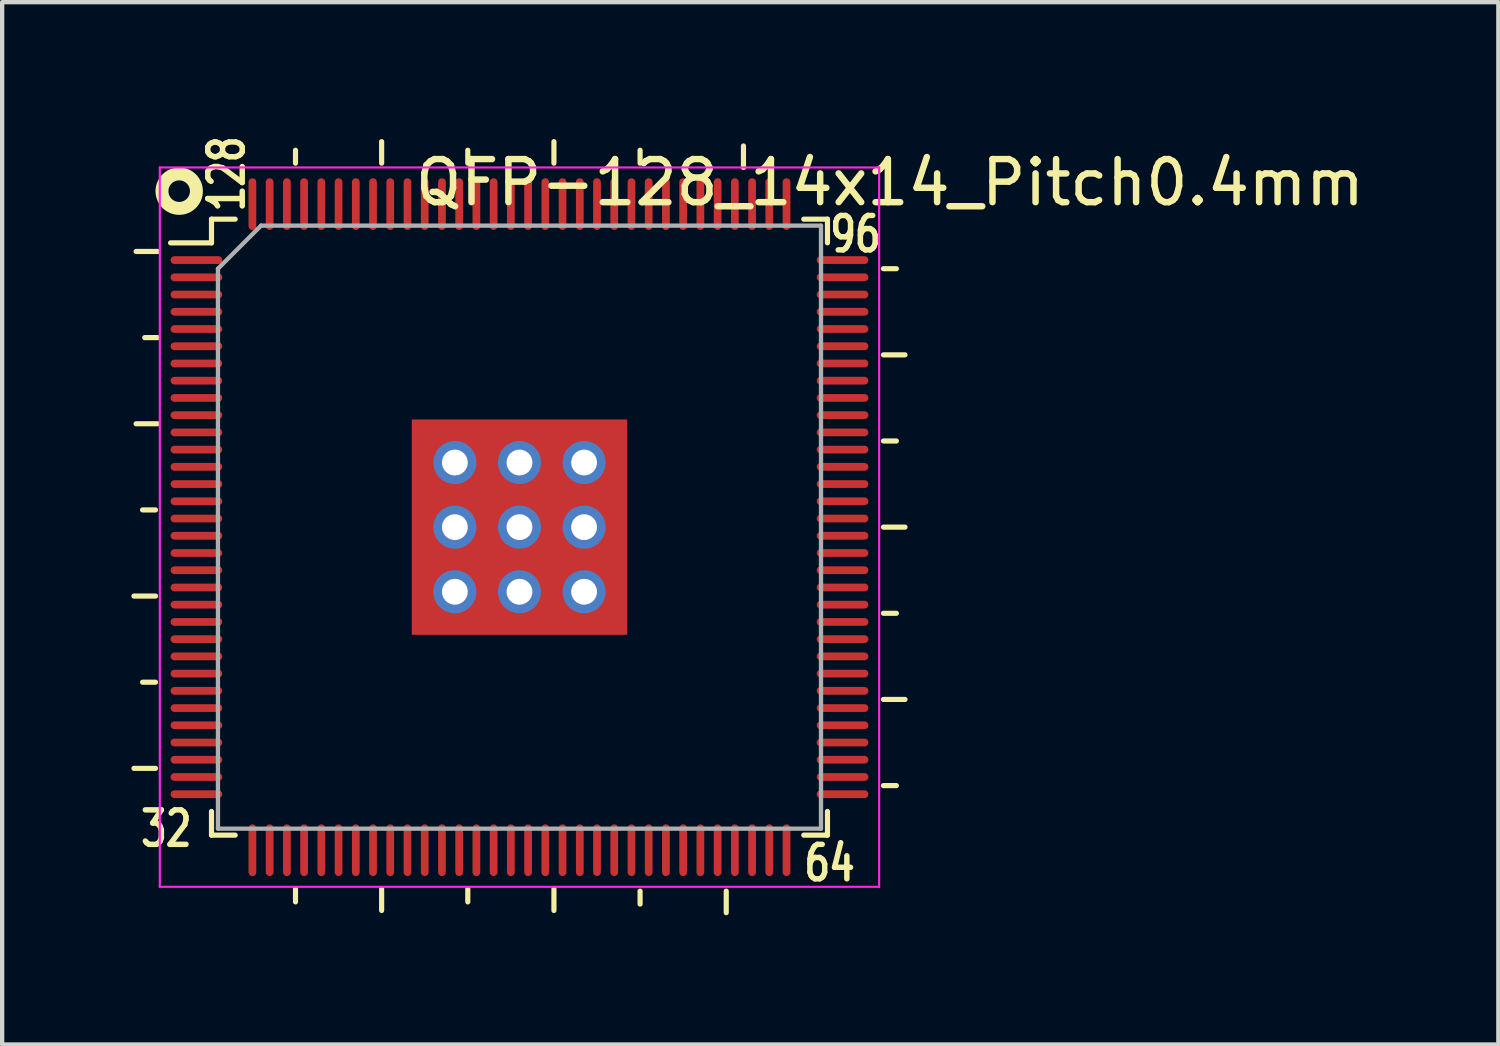
<source format=kicad_pcb>
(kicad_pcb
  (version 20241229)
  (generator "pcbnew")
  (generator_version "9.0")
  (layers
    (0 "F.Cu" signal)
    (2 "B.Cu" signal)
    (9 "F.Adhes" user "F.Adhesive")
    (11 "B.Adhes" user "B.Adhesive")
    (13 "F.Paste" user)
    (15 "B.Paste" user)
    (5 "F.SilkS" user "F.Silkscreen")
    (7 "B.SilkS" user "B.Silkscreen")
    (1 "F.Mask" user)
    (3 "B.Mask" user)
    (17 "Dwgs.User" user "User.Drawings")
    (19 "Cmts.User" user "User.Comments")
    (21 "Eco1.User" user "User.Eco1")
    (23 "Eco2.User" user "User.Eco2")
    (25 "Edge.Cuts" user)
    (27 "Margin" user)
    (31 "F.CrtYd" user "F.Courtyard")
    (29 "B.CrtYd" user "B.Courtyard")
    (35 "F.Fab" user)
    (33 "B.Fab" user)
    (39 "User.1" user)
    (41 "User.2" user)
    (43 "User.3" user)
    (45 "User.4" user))
  (footprint "QFP-128_14x14_Pitch0.4mm"
    (layer "F.Cu")
    (at 9.01 9.188)
    (property "Reference" "QFP-128_14x14_Pitch0.4mm" (at 8.6 -8 0) (layer "F.SilkS") (effects (font (size 1 1) (thickness 0.15))))
    (attr smd)
    (fp_line (start -8.45 -0.4) (end -8.75 -0.4) (stroke (width 0.12) (type solid)) (layer "F.SilkS"))
    (fp_line (start -8.45 1.6) (end -8.95 1.6) (stroke (width 0.12) (type solid)) (layer "F.SilkS"))
    (fp_line (start -8.45 3.6) (end -8.75 3.6) (stroke (width 0.12) (type solid)) (layer "F.SilkS"))
    (fp_line (start -8.45 5.6) (end -8.95 5.6) (stroke (width 0.12) (type solid)) (layer "F.SilkS"))
    (fp_line (start -8.4 -6.4) (end -8.9 -6.4) (stroke (width 0.12) (type solid)) (layer "F.SilkS"))
    (fp_line (start -8.4 -4.4) (end -8.7 -4.4) (stroke (width 0.12) (type solid)) (layer "F.SilkS"))
    (fp_line (start -8.4 -2.4) (end -8.9 -2.4) (stroke (width 0.12) (type solid)) (layer "F.SilkS"))
    (fp_line (start -7.15 -7.15) (end -7.15 -6.6) (stroke (width 0.12) (type solid)) (layer "F.SilkS"))
    (fp_line (start -7.15 -6.6) (end -8.1 -6.6) (stroke (width 0.12) (type solid)) (layer "F.SilkS"))
    (fp_line (start -7.15 7.15) (end -7.15 6.6) (stroke (width 0.12) (type solid)) (layer "F.SilkS"))
    (fp_line (start -6.6 -7.15) (end -7.15 -7.15) (stroke (width 0.12) (type solid)) (layer "F.SilkS"))
    (fp_line (start -6.6 7.15) (end -7.15 7.15) (stroke (width 0.12) (type solid)) (layer "F.SilkS"))
    (fp_line (start -5.2 -8.45) (end -5.2 -8.75) (stroke (width 0.12) (type solid)) (layer "F.SilkS"))
    (fp_line (start -5.2 8.4) (end -5.2 8.7) (stroke (width 0.12) (type solid)) (layer "F.SilkS"))
    (fp_line (start -3.2 -8.45) (end -3.2 -8.95) (stroke (width 0.12) (type solid)) (layer "F.SilkS"))
    (fp_line (start -3.2 8.4) (end -3.2 8.9) (stroke (width 0.12) (type solid)) (layer "F.SilkS"))
    (fp_line (start -1.2 -8.45) (end -1.2 -8.75) (stroke (width 0.12) (type solid)) (layer "F.SilkS"))
    (fp_line (start -1.2 8.4) (end -1.2 8.7) (stroke (width 0.12) (type solid)) (layer "F.SilkS"))
    (fp_line (start 0.8 -8.45) (end 0.8 -8.95) (stroke (width 0.12) (type solid)) (layer "F.SilkS"))
    (fp_line (start 0.8 8.4) (end 0.8 8.9) (stroke (width 0.12) (type solid)) (layer "F.SilkS"))
    (fp_line (start 2.8 -8.45) (end 2.8 -8.75) (stroke (width 0.12) (type solid)) (layer "F.SilkS"))
    (fp_line (start 2.8 8.45) (end 2.8 8.75) (stroke (width 0.12) (type solid)) (layer "F.SilkS"))
    (fp_line (start 4.8 8.45) (end 4.8 8.95) (stroke (width 0.12) (type solid)) (layer "F.SilkS"))
    (fp_line (start 5.2 -8.35) (end 5.2 -8.85) (stroke (width 0.12) (type solid)) (layer "F.SilkS"))
    (fp_line (start 6.6 -7.15) (end 7.15 -7.15) (stroke (width 0.12) (type solid)) (layer "F.SilkS"))
    (fp_line (start 6.6 7.15) (end 7.15 7.15) (stroke (width 0.12) (type solid)) (layer "F.SilkS"))
    (fp_line (start 7.15 -7.15) (end 7.15 -6.6) (stroke (width 0.12) (type solid)) (layer "F.SilkS"))
    (fp_line (start 7.15 7.15) (end 7.15 6.6) (stroke (width 0.12) (type solid)) (layer "F.SilkS"))
    (fp_line (start 8.45 -6) (end 8.75 -6) (stroke (width 0.12) (type solid)) (layer "F.SilkS"))
    (fp_line (start 8.45 -4) (end 8.95 -4) (stroke (width 0.12) (type solid)) (layer "F.SilkS"))
    (fp_line (start 8.45 -2) (end 8.75 -2) (stroke (width 0.12) (type solid)) (layer "F.SilkS"))
    (fp_line (start 8.45 0) (end 8.95 0) (stroke (width 0.12) (type solid)) (layer "F.SilkS"))
    (fp_line (start 8.45 2) (end 8.75 2) (stroke (width 0.12) (type solid)) (layer "F.SilkS"))
    (fp_line (start 8.45 4) (end 8.95 4) (stroke (width 0.12) (type solid)) (layer "F.SilkS"))
    (fp_line (start 8.45 6) (end 8.75 6) (stroke (width 0.12) (type solid)) (layer "F.SilkS"))
    (fp_circle (center -7.9 -7.8) (end -7.5 -7.8) (stroke (width 0.3) (type solid)) (fill no) (layer "F.SilkS"))
    (fp_rect (start -2.175 -2.25) (end -1.425 -1.5) (stroke (width 0.1) (type solid)) (fill yes) (layer "F.Paste"))
    (fp_rect (start -2.175 -1) (end -1.425 -0.25) (stroke (width 0.1) (type solid)) (fill yes) (layer "F.Paste"))
    (fp_rect (start -2.175 0.2) (end -1.425 0.95) (stroke (width 0.1) (type solid)) (fill yes) (layer "F.Paste"))
    (fp_rect (start -2.175 1.4) (end -1.425 2.15) (stroke (width 0.1) (type solid)) (fill yes) (layer "F.Paste"))
    (fp_rect (start -0.975 -2.25) (end -0.225 -1.5) (stroke (width 0.1) (type solid)) (fill yes) (layer "F.Paste"))
    (fp_rect (start -0.975 -1) (end -0.225 -0.25) (stroke (width 0.1) (type solid)) (fill yes) (layer "F.Paste"))
    (fp_rect (start -0.975 0.2) (end -0.225 0.95) (stroke (width 0.1) (type solid)) (fill yes) (layer "F.Paste"))
    (fp_rect (start -0.975 1.4) (end -0.225 2.15) (stroke (width 0.1) (type solid)) (fill yes) (layer "F.Paste"))
    (fp_rect (start 0.2 -2.25) (end 0.95 -1.5) (stroke (width 0.1) (type solid)) (fill yes) (layer "F.Paste"))
    (fp_rect (start 0.2 -1) (end 0.95 -0.25) (stroke (width 0.1) (type solid)) (fill yes) (layer "F.Paste"))
    (fp_rect (start 0.2 0.2) (end 0.95 0.95) (stroke (width 0.1) (type solid)) (fill yes) (layer "F.Paste"))
    (fp_rect (start 0.2 1.4) (end 0.95 2.15) (stroke (width 0.1) (type solid)) (fill yes) (layer "F.Paste"))
    (fp_rect (start 1.4 -2.25) (end 2.15 -1.5) (stroke (width 0.1) (type solid)) (fill yes) (layer "F.Paste"))
    (fp_rect (start 1.4 -1) (end 2.15 -0.25) (stroke (width 0.1) (type solid)) (fill yes) (layer "F.Paste"))
    (fp_rect (start 1.4 0.2) (end 2.15 0.95) (stroke (width 0.1) (type solid)) (fill yes) (layer "F.Paste"))
    (fp_rect (start 1.4 1.4) (end 2.15 2.15) (stroke (width 0.1) (type solid)) (fill yes) (layer "F.Paste"))
    (fp_line (start -8.35 -8.35) (end 8.35 -8.35) (stroke (width 0.05) (type solid)) (layer "F.CrtYd"))
    (fp_line (start -8.35 8.35) (end -8.35 -8.35) (stroke (width 0.05) (type solid)) (layer "F.CrtYd"))
    (fp_line (start 8.35 -8.35) (end 8.35 8.35) (stroke (width 0.05) (type solid)) (layer "F.CrtYd"))
    (fp_line (start 8.35 8.35) (end -8.35 8.35) (stroke (width 0.05) (type solid)) (layer "F.CrtYd"))
    (fp_line (start -7 -6) (end -7 7) (stroke (width 0.1) (type solid)) (layer "F.Fab"))
    (fp_line (start -7 7) (end 7 7) (stroke (width 0.1) (type solid)) (layer "F.Fab"))
    (fp_line (start -6 -7) (end -7 -6) (stroke (width 0.1) (type solid)) (layer "F.Fab"))
    (fp_line (start 7 -7) (end -6 -7) (stroke (width 0.1) (type solid)) (layer "F.Fab"))
    (fp_line (start 7 7) (end 7 -7) (stroke (width 0.1) (type solid)) (layer "F.Fab"))
    (fp_text user "64" (at 7.2 7.8 0) (unlocked yes) (layer "F.SilkS") (effects (font (size 0.8 0.6) (thickness 0.127))))
    (fp_text user "32" (at -8.2 7 0) (unlocked yes) (layer "F.SilkS") (effects (font (size 0.8 0.6) (thickness 0.127))))
    (fp_text user "128" (at -6.8 -8.2 90) (unlocked yes) (layer "F.SilkS") (effects (font (size 0.8 0.6) (thickness 0.127))))
    (fp_text user "96" (at 7.8 -6.8 0) (unlocked yes) (layer "F.SilkS") (effects (font (size 0.8 0.6) (thickness 0.127))))
    (pad "1" smd oval (at -7.5 -6.2 90) (size 0.18 1.2) (layers "F.Cu" "F.Mask" "F.Paste"))
    (pad "2" smd oval (at -7.5 -5.8 90) (size 0.18 1.2) (layers "F.Cu" "F.Mask" "F.Paste"))
    (pad "3" smd oval (at -7.5 -5.4 90) (size 0.18 1.2) (layers "F.Cu" "F.Mask" "F.Paste"))
    (pad "4" smd oval (at -7.5 -5 90) (size 0.18 1.2) (layers "F.Cu" "F.Mask" "F.Paste"))
    (pad "5" smd oval (at -7.5 -4.6 90) (size 0.18 1.2) (layers "F.Cu" "F.Mask" "F.Paste"))
    (pad "6" smd oval (at -7.5 -4.2 90) (size 0.18 1.2) (layers "F.Cu" "F.Mask" "F.Paste"))
    (pad "7" smd oval (at -7.5 -3.8 90) (size 0.18 1.2) (layers "F.Cu" "F.Mask" "F.Paste"))
    (pad "8" smd oval (at -7.5 -3.4 90) (size 0.18 1.2) (layers "F.Cu" "F.Mask" "F.Paste"))
    (pad "9" smd oval (at -7.5 -3 90) (size 0.18 1.2) (layers "F.Cu" "F.Mask" "F.Paste"))
    (pad "10" smd oval (at -7.5 -2.6 90) (size 0.18 1.2) (layers "F.Cu" "F.Mask" "F.Paste"))
    (pad "11" smd oval (at -7.5 -2.2 90) (size 0.18 1.2) (layers "F.Cu" "F.Mask" "F.Paste"))
    (pad "12" smd oval (at -7.5 -1.8 90) (size 0.18 1.2) (layers "F.Cu" "F.Mask" "F.Paste"))
    (pad "13" smd oval (at -7.5 -1.4 90) (size 0.18 1.2) (layers "F.Cu" "F.Mask" "F.Paste"))
    (pad "14" smd oval (at -7.5 -1 90) (size 0.18 1.2) (layers "F.Cu" "F.Mask" "F.Paste"))
    (pad "15" smd oval (at -7.5 -0.6 90) (size 0.18 1.2) (layers "F.Cu" "F.Mask" "F.Paste"))
    (pad "16" smd oval (at -7.5 -0.2 90) (size 0.18 1.2) (layers "F.Cu" "F.Mask" "F.Paste"))
    (pad "17" smd oval (at -7.5 0.2 90) (size 0.18 1.2) (layers "F.Cu" "F.Mask" "F.Paste"))
    (pad "18" smd oval (at -7.5 0.6 90) (size 0.18 1.2) (layers "F.Cu" "F.Mask" "F.Paste"))
    (pad "19" smd oval (at -7.5 1 90) (size 0.18 1.2) (layers "F.Cu" "F.Mask" "F.Paste"))
    (pad "20" smd oval (at -7.5 1.4 90) (size 0.18 1.2) (layers "F.Cu" "F.Mask" "F.Paste"))
    (pad "21" smd oval (at -7.5 1.8 90) (size 0.18 1.2) (layers "F.Cu" "F.Mask" "F.Paste"))
    (pad "22" smd oval (at -7.5 2.2 90) (size 0.18 1.2) (layers "F.Cu" "F.Mask" "F.Paste"))
    (pad "23" smd oval (at -7.5 2.6 90) (size 0.18 1.2) (layers "F.Cu" "F.Mask" "F.Paste"))
    (pad "24" smd oval (at -7.5 3 90) (size 0.18 1.2) (layers "F.Cu" "F.Mask" "F.Paste"))
    (pad "25" smd oval (at -7.5 3.4 90) (size 0.18 1.2) (layers "F.Cu" "F.Mask" "F.Paste"))
    (pad "26" smd oval (at -7.5 3.8 90) (size 0.18 1.2) (layers "F.Cu" "F.Mask" "F.Paste"))
    (pad "27" smd oval (at -7.5 4.2 90) (size 0.18 1.2) (layers "F.Cu" "F.Mask" "F.Paste"))
    (pad "28" smd oval (at -7.5 4.6 90) (size 0.18 1.2) (layers "F.Cu" "F.Mask" "F.Paste"))
    (pad "29" smd oval (at -7.5 5 90) (size 0.18 1.2) (layers "F.Cu" "F.Mask" "F.Paste"))
    (pad "30" smd oval (at -7.5 5.4 90) (size 0.18 1.2) (layers "F.Cu" "F.Mask" "F.Paste"))
    (pad "31" smd oval (at -7.5 5.8 90) (size 0.18 1.2) (layers "F.Cu" "F.Mask" "F.Paste"))
    (pad "32" smd oval (at -7.5 6.2 90) (size 0.18 1.2) (layers "F.Cu" "F.Mask" "F.Paste"))
    (pad "33" smd oval (at -6.2 7.5) (size 0.18 1.2) (layers "F.Cu" "F.Mask" "F.Paste"))
    (pad "34" smd oval (at -5.8 7.5) (size 0.18 1.2) (layers "F.Cu" "F.Mask" "F.Paste"))
    (pad "35" smd oval (at -5.4 7.5) (size 0.18 1.2) (layers "F.Cu" "F.Mask" "F.Paste"))
    (pad "36" smd oval (at -5 7.5) (size 0.18 1.2) (layers "F.Cu" "F.Mask" "F.Paste"))
    (pad "37" smd oval (at -4.6 7.5) (size 0.18 1.2) (layers "F.Cu" "F.Mask" "F.Paste"))
    (pad "38" smd oval (at -4.2 7.5) (size 0.18 1.2) (layers "F.Cu" "F.Mask" "F.Paste"))
    (pad "39" smd oval (at -3.8 7.5) (size 0.18 1.2) (layers "F.Cu" "F.Mask" "F.Paste"))
    (pad "40" smd oval (at -3.4 7.5) (size 0.18 1.2) (layers "F.Cu" "F.Mask" "F.Paste"))
    (pad "41" smd oval (at -3 7.5) (size 0.18 1.2) (layers "F.Cu" "F.Mask" "F.Paste"))
    (pad "42" smd oval (at -2.6 7.5) (size 0.18 1.2) (layers "F.Cu" "F.Mask" "F.Paste"))
    (pad "43" smd oval (at -2.2 7.5) (size 0.18 1.2) (layers "F.Cu" "F.Mask" "F.Paste"))
    (pad "44" smd oval (at -1.8 7.5) (size 0.18 1.2) (layers "F.Cu" "F.Mask" "F.Paste"))
    (pad "45" smd oval (at -1.4 7.5) (size 0.18 1.2) (layers "F.Cu" "F.Mask" "F.Paste"))
    (pad "46" smd oval (at -1 7.5) (size 0.18 1.2) (layers "F.Cu" "F.Mask" "F.Paste"))
    (pad "47" smd oval (at -0.6 7.5) (size 0.18 1.2) (layers "F.Cu" "F.Mask" "F.Paste"))
    (pad "48" smd oval (at -0.2 7.5) (size 0.18 1.2) (layers "F.Cu" "F.Mask" "F.Paste"))
    (pad "49" smd oval (at 0.2 7.5) (size 0.18 1.2) (layers "F.Cu" "F.Mask" "F.Paste"))
    (pad "50" smd oval (at 0.6 7.5) (size 0.18 1.2) (layers "F.Cu" "F.Mask" "F.Paste"))
    (pad "51" smd oval (at 1 7.5) (size 0.18 1.2) (layers "F.Cu" "F.Mask" "F.Paste"))
    (pad "52" smd oval (at 1.4 7.5) (size 0.18 1.2) (layers "F.Cu" "F.Mask" "F.Paste"))
    (pad "53" smd oval (at 1.8 7.5) (size 0.18 1.2) (layers "F.Cu" "F.Mask" "F.Paste"))
    (pad "54" smd oval (at 2.2 7.5) (size 0.18 1.2) (layers "F.Cu" "F.Mask" "F.Paste"))
    (pad "55" smd oval (at 2.6 7.5) (size 0.18 1.2) (layers "F.Cu" "F.Mask" "F.Paste"))
    (pad "56" smd oval (at 3 7.5) (size 0.18 1.2) (layers "F.Cu" "F.Mask" "F.Paste"))
    (pad "57" smd oval (at 3.4 7.5) (size 0.18 1.2) (layers "F.Cu" "F.Mask" "F.Paste"))
    (pad "58" smd oval (at 3.8 7.5) (size 0.18 1.2) (layers "F.Cu" "F.Mask" "F.Paste"))
    (pad "59" smd oval (at 4.2 7.5) (size 0.18 1.2) (layers "F.Cu" "F.Mask" "F.Paste"))
    (pad "60" smd oval (at 4.6 7.5) (size 0.18 1.2) (layers "F.Cu" "F.Mask" "F.Paste"))
    (pad "61" smd oval (at 5 7.5) (size 0.18 1.2) (layers "F.Cu" "F.Mask" "F.Paste"))
    (pad "62" smd oval (at 5.4 7.5) (size 0.18 1.2) (layers "F.Cu" "F.Mask" "F.Paste"))
    (pad "63" smd oval (at 5.8 7.5) (size 0.18 1.2) (layers "F.Cu" "F.Mask" "F.Paste"))
    (pad "64" smd oval (at 6.2 7.5) (size 0.18 1.2) (layers "F.Cu" "F.Mask" "F.Paste"))
    (pad "65" smd oval (at 7.5 6.2 90) (size 0.18 1.2) (layers "F.Cu" "F.Mask" "F.Paste"))
    (pad "66" smd oval (at 7.5 5.8 90) (size 0.18 1.2) (layers "F.Cu" "F.Mask" "F.Paste"))
    (pad "67" smd oval (at 7.5 5.4 90) (size 0.18 1.2) (layers "F.Cu" "F.Mask" "F.Paste"))
    (pad "68" smd oval (at 7.5 5 90) (size 0.18 1.2) (layers "F.Cu" "F.Mask" "F.Paste"))
    (pad "69" smd oval (at 7.5 4.6 90) (size 0.18 1.2) (layers "F.Cu" "F.Mask" "F.Paste"))
    (pad "70" smd oval (at 7.5 4.2 90) (size 0.18 1.2) (layers "F.Cu" "F.Mask" "F.Paste"))
    (pad "71" smd oval (at 7.5 3.8 90) (size 0.18 1.2) (layers "F.Cu" "F.Mask" "F.Paste"))
    (pad "72" smd oval (at 7.5 3.4 90) (size 0.18 1.2) (layers "F.Cu" "F.Mask" "F.Paste"))
    (pad "73" smd oval (at 7.5 3 90) (size 0.18 1.2) (layers "F.Cu" "F.Mask" "F.Paste"))
    (pad "74" smd oval (at 7.5 2.6 90) (size 0.18 1.2) (layers "F.Cu" "F.Mask" "F.Paste"))
    (pad "75" smd oval (at 7.5 2.2 90) (size 0.18 1.2) (layers "F.Cu" "F.Mask" "F.Paste"))
    (pad "76" smd oval (at 7.5 1.8 90) (size 0.18 1.2) (layers "F.Cu" "F.Mask" "F.Paste"))
    (pad "77" smd oval (at 7.5 1.4 90) (size 0.18 1.2) (layers "F.Cu" "F.Mask" "F.Paste"))
    (pad "78" smd oval (at 7.5 1 90) (size 0.18 1.2) (layers "F.Cu" "F.Mask" "F.Paste"))
    (pad "79" smd oval (at 7.5 0.6 90) (size 0.18 1.2) (layers "F.Cu" "F.Mask" "F.Paste"))
    (pad "80" smd oval (at 7.5 0.2 90) (size 0.18 1.2) (layers "F.Cu" "F.Mask" "F.Paste"))
    (pad "81" smd oval (at 7.5 -0.2 90) (size 0.18 1.2) (layers "F.Cu" "F.Mask" "F.Paste"))
    (pad "82" smd oval (at 7.5 -0.6 90) (size 0.18 1.2) (layers "F.Cu" "F.Mask" "F.Paste"))
    (pad "83" smd oval (at 7.5 -1 90) (size 0.18 1.2) (layers "F.Cu" "F.Mask" "F.Paste"))
    (pad "84" smd oval (at 7.5 -1.4 90) (size 0.18 1.2) (layers "F.Cu" "F.Mask" "F.Paste"))
    (pad "85" smd oval (at 7.5 -1.8 90) (size 0.18 1.2) (layers "F.Cu" "F.Mask" "F.Paste"))
    (pad "86" smd oval (at 7.5 -2.2 90) (size 0.18 1.2) (layers "F.Cu" "F.Mask" "F.Paste"))
    (pad "87" smd oval (at 7.5 -2.6 90) (size 0.18 1.2) (layers "F.Cu" "F.Mask" "F.Paste"))
    (pad "88" smd oval (at 7.5 -3 90) (size 0.18 1.2) (layers "F.Cu" "F.Mask" "F.Paste"))
    (pad "89" smd oval (at 7.5 -3.4 90) (size 0.18 1.2) (layers "F.Cu" "F.Mask" "F.Paste"))
    (pad "90" smd oval (at 7.5 -3.8 90) (size 0.18 1.2) (layers "F.Cu" "F.Mask" "F.Paste"))
    (pad "91" smd oval (at 7.5 -4.2 90) (size 0.18 1.2) (layers "F.Cu" "F.Mask" "F.Paste"))
    (pad "92" smd oval (at 7.5 -4.6 90) (size 0.18 1.2) (layers "F.Cu" "F.Mask" "F.Paste"))
    (pad "93" smd oval (at 7.5 -5 90) (size 0.18 1.2) (layers "F.Cu" "F.Mask" "F.Paste"))
    (pad "94" smd oval (at 7.5 -5.4 90) (size 0.18 1.2) (layers "F.Cu" "F.Mask" "F.Paste"))
    (pad "95" smd oval (at 7.5 -5.8 90) (size 0.18 1.2) (layers "F.Cu" "F.Mask" "F.Paste"))
    (pad "96" smd oval (at 7.5 -6.2 90) (size 0.18 1.2) (layers "F.Cu" "F.Mask" "F.Paste"))
    (pad "97" smd oval (at 6.2 -7.5) (size 0.18 1.2) (layers "F.Cu" "F.Mask" "F.Paste"))
    (pad "98" smd oval (at 5.8 -7.5) (size 0.18 1.2) (layers "F.Cu" "F.Mask" "F.Paste"))
    (pad "99" smd oval (at 5.4 -7.5) (size 0.18 1.2) (layers "F.Cu" "F.Mask" "F.Paste"))
    (pad "100" smd oval (at 5 -7.5) (size 0.18 1.2) (layers "F.Cu" "F.Mask" "F.Paste"))
    (pad "101" smd oval (at 4.6 -7.5) (size 0.18 1.2) (layers "F.Cu" "F.Mask" "F.Paste"))
    (pad "102" smd oval (at 4.2 -7.5) (size 0.18 1.2) (layers "F.Cu" "F.Mask" "F.Paste"))
    (pad "103" smd oval (at 3.8 -7.5) (size 0.18 1.2) (layers "F.Cu" "F.Mask" "F.Paste"))
    (pad "104" smd oval (at 3.4 -7.5) (size 0.18 1.2) (layers "F.Cu" "F.Mask" "F.Paste"))
    (pad "105" smd oval (at 3 -7.5) (size 0.18 1.2) (layers "F.Cu" "F.Mask" "F.Paste"))
    (pad "106" smd oval (at 2.6 -7.5) (size 0.18 1.2) (layers "F.Cu" "F.Mask" "F.Paste"))
    (pad "107" smd oval (at 2.2 -7.5) (size 0.18 1.2) (layers "F.Cu" "F.Mask" "F.Paste"))
    (pad "108" smd oval (at 1.8 -7.5) (size 0.18 1.2) (layers "F.Cu" "F.Mask" "F.Paste"))
    (pad "109" smd oval (at 1.4 -7.5) (size 0.18 1.2) (layers "F.Cu" "F.Mask" "F.Paste"))
    (pad "110" smd oval (at 1 -7.5) (size 0.18 1.2) (layers "F.Cu" "F.Mask" "F.Paste"))
    (pad "111" smd oval (at 0.6 -7.5) (size 0.18 1.2) (layers "F.Cu" "F.Mask" "F.Paste"))
    (pad "112" smd oval (at 0.2 -7.5) (size 0.18 1.2) (layers "F.Cu" "F.Mask" "F.Paste"))
    (pad "113" smd oval (at -0.2 -7.5) (size 0.18 1.2) (layers "F.Cu" "F.Mask" "F.Paste"))
    (pad "114" smd oval (at -0.6 -7.5) (size 0.18 1.2) (layers "F.Cu" "F.Mask" "F.Paste"))
    (pad "115" smd oval (at -1 -7.5) (size 0.18 1.2) (layers "F.Cu" "F.Mask" "F.Paste"))
    (pad "116" smd oval (at -1.4 -7.5) (size 0.18 1.2) (layers "F.Cu" "F.Mask" "F.Paste"))
    (pad "117" smd oval (at -1.8 -7.5) (size 0.18 1.2) (layers "F.Cu" "F.Mask" "F.Paste"))
    (pad "118" smd oval (at -2.2 -7.5) (size 0.18 1.2) (layers "F.Cu" "F.Mask" "F.Paste"))
    (pad "119" smd oval (at -2.6 -7.5) (size 0.18 1.2) (layers "F.Cu" "F.Mask" "F.Paste"))
    (pad "120" smd oval (at -3 -7.5) (size 0.18 1.2) (layers "F.Cu" "F.Mask" "F.Paste"))
    (pad "121" smd oval (at -3.4 -7.5) (size 0.18 1.2) (layers "F.Cu" "F.Mask" "F.Paste"))
    (pad "122" smd oval (at -3.8 -7.5) (size 0.18 1.2) (layers "F.Cu" "F.Mask" "F.Paste"))
    (pad "123" smd oval (at -4.2 -7.5) (size 0.18 1.2) (layers "F.Cu" "F.Mask" "F.Paste"))
    (pad "124" smd oval (at -4.6 -7.5) (size 0.18 1.2) (layers "F.Cu" "F.Mask" "F.Paste"))
    (pad "125" smd oval (at -5 -7.5) (size 0.18 1.2) (layers "F.Cu" "F.Mask" "F.Paste"))
    (pad "126" smd oval (at -5.4 -7.5) (size 0.18 1.2) (layers "F.Cu" "F.Mask" "F.Paste"))
    (pad "127" smd oval (at -5.8 -7.5) (size 0.18 1.2) (layers "F.Cu" "F.Mask" "F.Paste"))
    (pad "128" smd oval (at -6.2 -7.5) (size 0.18 1.2) (layers "F.Cu" "F.Mask" "F.Paste"))
    (pad "129" thru_hole circle (at -1.5 -1.5 180) (size 1 1) (drill 0.6) (layers "*.Cu" "*.Mask"))
    (pad "129" thru_hole circle (at -1.5 0 180) (size 1 1) (drill 0.6) (layers "*.Cu" "*.Mask"))
    (pad "129" thru_hole circle (at -1.5 1.5 180) (size 1 1) (drill 0.6) (layers "*.Cu" "*.Mask"))
    (pad "129" thru_hole circle (at 0 -1.5 90) (size 1 1) (drill 0.6) (layers "*.Cu" "*.Mask"))
    (pad "129" thru_hole circle (at 0 0 90) (size 1 1) (drill 0.6) (layers "*.Cu" "*.Mask"))
    (pad "129" smd rect (at 0 0 90) (size 5 5) (layers "F.Cu" "F.Mask"))
    (pad "129" thru_hole circle (at 0 1.5 90) (size 1 1) (drill 0.6) (layers "*.Cu" "*.Mask"))
    (pad "129" thru_hole circle (at 1.5 -1.5 90) (size 1 1) (drill 0.6) (layers "*.Cu" "*.Mask"))
    (pad "129" thru_hole circle (at 1.5 0 90) (size 1 1) (drill 0.6) (layers "*.Cu" "*.Mask"))
    (pad "129" thru_hole circle (at 1.5 1.5 90) (size 1 1) (drill 0.6) (layers "*.Cu" "*.Mask")))
  (gr_rect
    (start -3 -3)
    (end 31.735 21.198)
    (stroke (width 0.1) (type default))
    (fill no)
    (layer "Edge.Cuts")))
</source>
